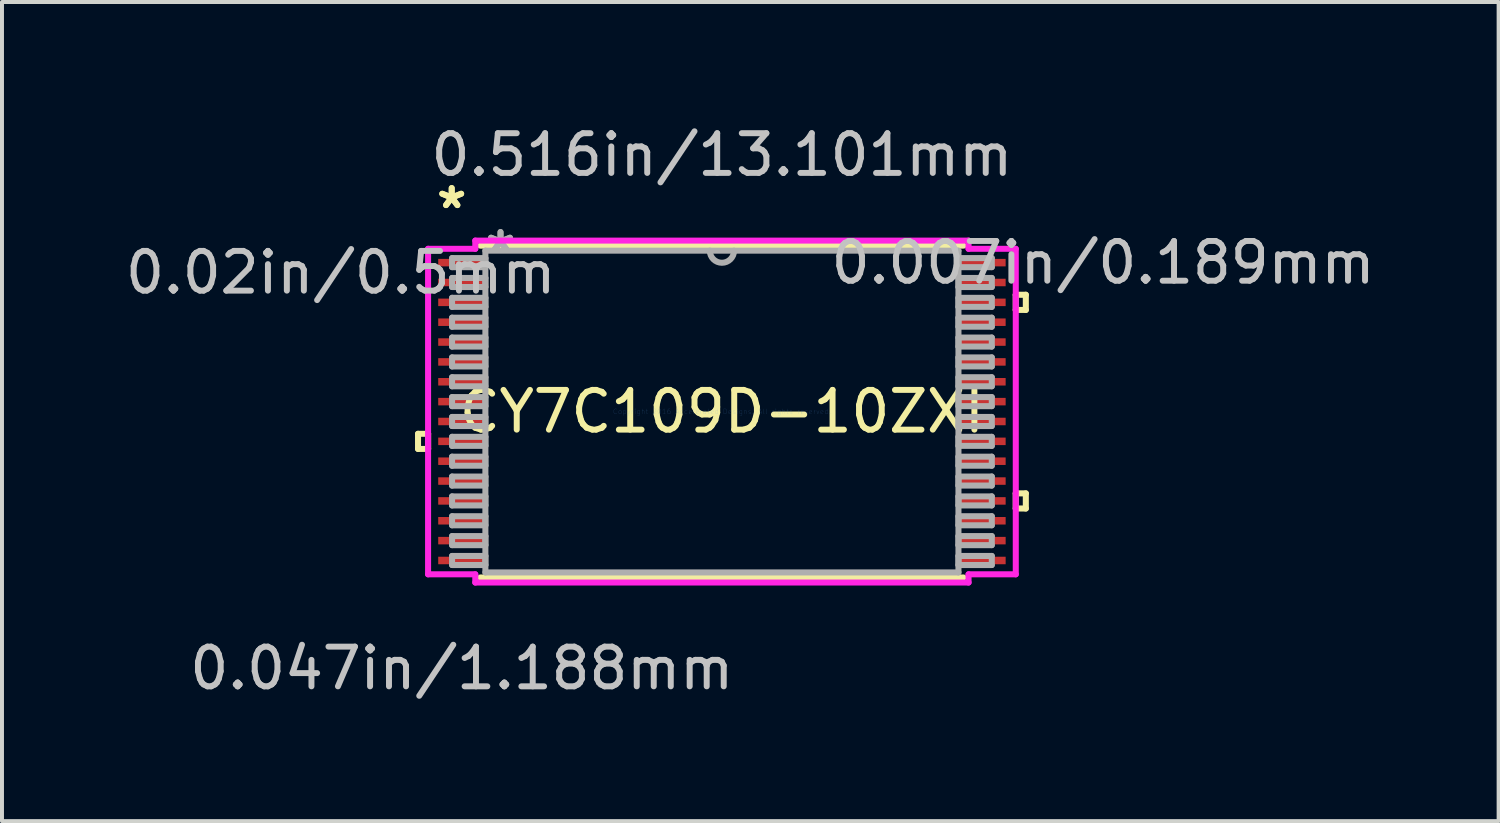
<source format=kicad_pcb>
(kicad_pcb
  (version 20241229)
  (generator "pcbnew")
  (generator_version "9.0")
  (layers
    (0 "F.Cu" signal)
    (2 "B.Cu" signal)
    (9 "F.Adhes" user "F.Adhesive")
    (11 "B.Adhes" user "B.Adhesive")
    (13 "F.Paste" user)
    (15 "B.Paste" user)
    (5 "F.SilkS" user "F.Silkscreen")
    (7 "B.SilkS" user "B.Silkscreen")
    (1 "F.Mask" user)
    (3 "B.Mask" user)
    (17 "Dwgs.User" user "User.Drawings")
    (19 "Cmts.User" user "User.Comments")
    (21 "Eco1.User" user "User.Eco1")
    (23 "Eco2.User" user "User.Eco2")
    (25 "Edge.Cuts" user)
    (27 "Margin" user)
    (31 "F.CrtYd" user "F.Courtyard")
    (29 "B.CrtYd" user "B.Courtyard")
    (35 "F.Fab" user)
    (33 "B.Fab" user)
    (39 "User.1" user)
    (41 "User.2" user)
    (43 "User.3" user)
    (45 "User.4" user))
  (footprint "CY7C109D-10ZXI"
    (layer "F.Cu")
    (at 15.128 7.313)
    (property "Reference" "CY7C109D-10ZXI" (at 0 0 0) (layer "F.SilkS") (effects (font (size 1 1) (thickness 0.15))))
    (attr through_hole)
    (fp_line (start -7.652 0.56) (end -7.652 0.941) (stroke (width 0.152) (type solid)) (layer "F.SilkS"))
    (fp_line (start -7.652 0.941) (end -7.398 0.941) (stroke (width 0.152) (type solid)) (layer "F.SilkS"))
    (fp_line (start -7.398 0.56) (end -7.652 0.56) (stroke (width 0.152) (type solid)) (layer "F.SilkS"))
    (fp_line (start -7.398 0.941) (end -7.398 0.56) (stroke (width 0.152) (type solid)) (layer "F.SilkS"))
    (fp_line (start -6.083 4.178) (end 6.083 4.178) (stroke (width 0.152) (type solid)) (layer "F.SilkS"))
    (fp_line (start 6.083 -4.178) (end -6.083 -4.178) (stroke (width 0.152) (type solid)) (layer "F.SilkS"))
    (fp_line (start 7.398 -2.941) (end 7.652 -2.941) (stroke (width 0.152) (type solid)) (layer "F.SilkS"))
    (fp_line (start 7.398 -2.559) (end 7.398 -2.941) (stroke (width 0.152) (type solid)) (layer "F.SilkS"))
    (fp_line (start 7.398 2.06) (end 7.652 2.06) (stroke (width 0.152) (type solid)) (layer "F.SilkS"))
    (fp_line (start 7.398 2.441) (end 7.398 2.06) (stroke (width 0.152) (type solid)) (layer "F.SilkS"))
    (fp_line (start 7.652 -2.941) (end 7.652 -2.559) (stroke (width 0.152) (type solid)) (layer "F.SilkS"))
    (fp_line (start 7.652 -2.559) (end 7.398 -2.559) (stroke (width 0.152) (type solid)) (layer "F.SilkS"))
    (fp_line (start 7.652 2.06) (end 7.652 2.441) (stroke (width 0.152) (type solid)) (layer "F.SilkS"))
    (fp_line (start 7.652 2.441) (end 7.398 2.441) (stroke (width 0.152) (type solid)) (layer "F.SilkS"))
    (fp_line (start -7.399 -4.098) (end -6.21 -4.098) (stroke (width 0.152) (type solid)) (layer "F.CrtYd"))
    (fp_line (start -7.399 4.098) (end -7.399 -4.098) (stroke (width 0.152) (type solid)) (layer "F.CrtYd"))
    (fp_line (start -6.21 -4.305) (end 6.21 -4.305) (stroke (width 0.152) (type solid)) (layer "F.CrtYd"))
    (fp_line (start -6.21 -4.098) (end -6.21 -4.305) (stroke (width 0.152) (type solid)) (layer "F.CrtYd"))
    (fp_line (start -6.21 4.098) (end -7.399 4.098) (stroke (width 0.152) (type solid)) (layer "F.CrtYd"))
    (fp_line (start -6.21 4.305) (end -6.21 4.098) (stroke (width 0.152) (type solid)) (layer "F.CrtYd"))
    (fp_line (start 6.21 -4.305) (end 6.21 -4.098) (stroke (width 0.152) (type solid)) (layer "F.CrtYd"))
    (fp_line (start 6.21 -4.098) (end 7.399 -4.098) (stroke (width 0.152) (type solid)) (layer "F.CrtYd"))
    (fp_line (start 6.21 4.098) (end 6.21 4.305) (stroke (width 0.152) (type solid)) (layer "F.CrtYd"))
    (fp_line (start 6.21 4.305) (end -6.21 4.305) (stroke (width 0.152) (type solid)) (layer "F.CrtYd"))
    (fp_line (start 7.399 -4.098) (end 7.399 4.098) (stroke (width 0.152) (type solid)) (layer "F.CrtYd"))
    (fp_line (start 7.399 4.098) (end 6.21 4.098) (stroke (width 0.152) (type solid)) (layer "F.CrtYd"))
    (fp_line (start -6.795 -3.864) (end -6.795 -3.636) (stroke (width 0.152) (type solid)) (layer "F.Fab"))
    (fp_line (start -6.795 -3.636) (end -5.956 -3.636) (stroke (width 0.152) (type solid)) (layer "F.Fab"))
    (fp_line (start -6.795 -3.364) (end -6.795 -3.136) (stroke (width 0.152) (type solid)) (layer "F.Fab"))
    (fp_line (start -6.795 -3.136) (end -5.956 -3.136) (stroke (width 0.152) (type solid)) (layer "F.Fab"))
    (fp_line (start -6.795 -2.864) (end -6.795 -2.636) (stroke (width 0.152) (type solid)) (layer "F.Fab"))
    (fp_line (start -6.795 -2.636) (end -5.956 -2.636) (stroke (width 0.152) (type solid)) (layer "F.Fab"))
    (fp_line (start -6.795 -2.364) (end -6.795 -2.136) (stroke (width 0.152) (type solid)) (layer "F.Fab"))
    (fp_line (start -6.795 -2.136) (end -5.956 -2.136) (stroke (width 0.152) (type solid)) (layer "F.Fab"))
    (fp_line (start -6.795 -1.864) (end -6.795 -1.636) (stroke (width 0.152) (type solid)) (layer "F.Fab"))
    (fp_line (start -6.795 -1.636) (end -5.956 -1.636) (stroke (width 0.152) (type solid)) (layer "F.Fab"))
    (fp_line (start -6.795 -1.364) (end -6.795 -1.136) (stroke (width 0.152) (type solid)) (layer "F.Fab"))
    (fp_line (start -6.795 -1.136) (end -5.956 -1.136) (stroke (width 0.152) (type solid)) (layer "F.Fab"))
    (fp_line (start -6.795 -0.864) (end -6.795 -0.636) (stroke (width 0.152) (type solid)) (layer "F.Fab"))
    (fp_line (start -6.795 -0.636) (end -5.956 -0.636) (stroke (width 0.152) (type solid)) (layer "F.Fab"))
    (fp_line (start -6.795 -0.364) (end -6.795 -0.136) (stroke (width 0.152) (type solid)) (layer "F.Fab"))
    (fp_line (start -6.795 -0.136) (end -5.956 -0.136) (stroke (width 0.152) (type solid)) (layer "F.Fab"))
    (fp_line (start -6.795 0.136) (end -6.795 0.364) (stroke (width 0.152) (type solid)) (layer "F.Fab"))
    (fp_line (start -6.795 0.364) (end -5.956 0.364) (stroke (width 0.152) (type solid)) (layer "F.Fab"))
    (fp_line (start -6.795 0.636) (end -6.795 0.864) (stroke (width 0.152) (type solid)) (layer "F.Fab"))
    (fp_line (start -6.795 0.864) (end -5.956 0.864) (stroke (width 0.152) (type solid)) (layer "F.Fab"))
    (fp_line (start -6.795 1.136) (end -6.795 1.364) (stroke (width 0.152) (type solid)) (layer "F.Fab"))
    (fp_line (start -6.795 1.364) (end -5.956 1.364) (stroke (width 0.152) (type solid)) (layer "F.Fab"))
    (fp_line (start -6.795 1.636) (end -6.795 1.864) (stroke (width 0.152) (type solid)) (layer "F.Fab"))
    (fp_line (start -6.795 1.864) (end -5.956 1.864) (stroke (width 0.152) (type solid)) (layer "F.Fab"))
    (fp_line (start -6.795 2.136) (end -6.795 2.364) (stroke (width 0.152) (type solid)) (layer "F.Fab"))
    (fp_line (start -6.795 2.364) (end -5.956 2.364) (stroke (width 0.152) (type solid)) (layer "F.Fab"))
    (fp_line (start -6.795 2.636) (end -6.795 2.864) (stroke (width 0.152) (type solid)) (layer "F.Fab"))
    (fp_line (start -6.795 2.864) (end -5.956 2.864) (stroke (width 0.152) (type solid)) (layer "F.Fab"))
    (fp_line (start -6.795 3.136) (end -6.795 3.364) (stroke (width 0.152) (type solid)) (layer "F.Fab"))
    (fp_line (start -6.795 3.364) (end -5.956 3.364) (stroke (width 0.152) (type solid)) (layer "F.Fab"))
    (fp_line (start -6.795 3.636) (end -6.795 3.864) (stroke (width 0.152) (type solid)) (layer "F.Fab"))
    (fp_line (start -6.795 3.864) (end -5.956 3.864) (stroke (width 0.152) (type solid)) (layer "F.Fab"))
    (fp_line (start -5.956 -4.051) (end -5.956 4.051) (stroke (width 0.152) (type solid)) (layer "F.Fab"))
    (fp_line (start -5.956 -3.864) (end -6.795 -3.864) (stroke (width 0.152) (type solid)) (layer "F.Fab"))
    (fp_line (start -5.956 -3.636) (end -5.956 -3.864) (stroke (width 0.152) (type solid)) (layer "F.Fab"))
    (fp_line (start -5.956 -3.364) (end -6.795 -3.364) (stroke (width 0.152) (type solid)) (layer "F.Fab"))
    (fp_line (start -5.956 -3.136) (end -5.956 -3.364) (stroke (width 0.152) (type solid)) (layer "F.Fab"))
    (fp_line (start -5.956 -2.864) (end -6.795 -2.864) (stroke (width 0.152) (type solid)) (layer "F.Fab"))
    (fp_line (start -5.956 -2.636) (end -5.956 -2.864) (stroke (width 0.152) (type solid)) (layer "F.Fab"))
    (fp_line (start -5.956 -2.364) (end -6.795 -2.364) (stroke (width 0.152) (type solid)) (layer "F.Fab"))
    (fp_line (start -5.956 -2.136) (end -5.956 -2.364) (stroke (width 0.152) (type solid)) (layer "F.Fab"))
    (fp_line (start -5.956 -1.864) (end -6.795 -1.864) (stroke (width 0.152) (type solid)) (layer "F.Fab"))
    (fp_line (start -5.956 -1.636) (end -5.956 -1.864) (stroke (width 0.152) (type solid)) (layer "F.Fab"))
    (fp_line (start -5.956 -1.364) (end -6.795 -1.364) (stroke (width 0.152) (type solid)) (layer "F.Fab"))
    (fp_line (start -5.956 -1.136) (end -5.956 -1.364) (stroke (width 0.152) (type solid)) (layer "F.Fab"))
    (fp_line (start -5.956 -0.864) (end -6.795 -0.864) (stroke (width 0.152) (type solid)) (layer "F.Fab"))
    (fp_line (start -5.956 -0.636) (end -5.956 -0.864) (stroke (width 0.152) (type solid)) (layer "F.Fab"))
    (fp_line (start -5.956 -0.364) (end -6.795 -0.364) (stroke (width 0.152) (type solid)) (layer "F.Fab"))
    (fp_line (start -5.956 -0.136) (end -5.956 -0.364) (stroke (width 0.152) (type solid)) (layer "F.Fab"))
    (fp_line (start -5.956 0.136) (end -6.795 0.136) (stroke (width 0.152) (type solid)) (layer "F.Fab"))
    (fp_line (start -5.956 0.364) (end -5.956 0.136) (stroke (width 0.152) (type solid)) (layer "F.Fab"))
    (fp_line (start -5.956 0.636) (end -6.795 0.636) (stroke (width 0.152) (type solid)) (layer "F.Fab"))
    (fp_line (start -5.956 0.864) (end -5.956 0.636) (stroke (width 0.152) (type solid)) (layer "F.Fab"))
    (fp_line (start -5.956 1.136) (end -6.795 1.136) (stroke (width 0.152) (type solid)) (layer "F.Fab"))
    (fp_line (start -5.956 1.364) (end -5.956 1.136) (stroke (width 0.152) (type solid)) (layer "F.Fab"))
    (fp_line (start -5.956 1.636) (end -6.795 1.636) (stroke (width 0.152) (type solid)) (layer "F.Fab"))
    (fp_line (start -5.956 1.864) (end -5.956 1.636) (stroke (width 0.152) (type solid)) (layer "F.Fab"))
    (fp_line (start -5.956 2.136) (end -6.795 2.136) (stroke (width 0.152) (type solid)) (layer "F.Fab"))
    (fp_line (start -5.956 2.364) (end -5.956 2.136) (stroke (width 0.152) (type solid)) (layer "F.Fab"))
    (fp_line (start -5.956 2.636) (end -6.795 2.636) (stroke (width 0.152) (type solid)) (layer "F.Fab"))
    (fp_line (start -5.956 2.864) (end -5.956 2.636) (stroke (width 0.152) (type solid)) (layer "F.Fab"))
    (fp_line (start -5.956 3.136) (end -6.795 3.136) (stroke (width 0.152) (type solid)) (layer "F.Fab"))
    (fp_line (start -5.956 3.364) (end -5.956 3.136) (stroke (width 0.152) (type solid)) (layer "F.Fab"))
    (fp_line (start -5.956 3.636) (end -6.795 3.636) (stroke (width 0.152) (type solid)) (layer "F.Fab"))
    (fp_line (start -5.956 3.864) (end -5.956 3.636) (stroke (width 0.152) (type solid)) (layer "F.Fab"))
    (fp_line (start -5.956 4.051) (end 5.956 4.051) (stroke (width 0.152) (type solid)) (layer "F.Fab"))
    (fp_line (start 5.956 -4.051) (end -5.956 -4.051) (stroke (width 0.152) (type solid)) (layer "F.Fab"))
    (fp_line (start 5.956 -3.864) (end 5.956 -3.636) (stroke (width 0.152) (type solid)) (layer "F.Fab"))
    (fp_line (start 5.956 -3.636) (end 6.795 -3.636) (stroke (width 0.152) (type solid)) (layer "F.Fab"))
    (fp_line (start 5.956 -3.364) (end 5.956 -3.136) (stroke (width 0.152) (type solid)) (layer "F.Fab"))
    (fp_line (start 5.956 -3.136) (end 6.795 -3.136) (stroke (width 0.152) (type solid)) (layer "F.Fab"))
    (fp_line (start 5.956 -2.864) (end 5.956 -2.636) (stroke (width 0.152) (type solid)) (layer "F.Fab"))
    (fp_line (start 5.956 -2.636) (end 6.795 -2.636) (stroke (width 0.152) (type solid)) (layer "F.Fab"))
    (fp_line (start 5.956 -2.364) (end 5.956 -2.136) (stroke (width 0.152) (type solid)) (layer "F.Fab"))
    (fp_line (start 5.956 -2.136) (end 6.795 -2.136) (stroke (width 0.152) (type solid)) (layer "F.Fab"))
    (fp_line (start 5.956 -1.864) (end 5.956 -1.636) (stroke (width 0.152) (type solid)) (layer "F.Fab"))
    (fp_line (start 5.956 -1.636) (end 6.795 -1.636) (stroke (width 0.152) (type solid)) (layer "F.Fab"))
    (fp_line (start 5.956 -1.364) (end 5.956 -1.136) (stroke (width 0.152) (type solid)) (layer "F.Fab"))
    (fp_line (start 5.956 -1.136) (end 6.795 -1.136) (stroke (width 0.152) (type solid)) (layer "F.Fab"))
    (fp_line (start 5.956 -0.864) (end 5.956 -0.636) (stroke (width 0.152) (type solid)) (layer "F.Fab"))
    (fp_line (start 5.956 -0.636) (end 6.795 -0.636) (stroke (width 0.152) (type solid)) (layer "F.Fab"))
    (fp_line (start 5.956 -0.364) (end 5.956 -0.136) (stroke (width 0.152) (type solid)) (layer "F.Fab"))
    (fp_line (start 5.956 -0.136) (end 6.795 -0.136) (stroke (width 0.152) (type solid)) (layer "F.Fab"))
    (fp_line (start 5.956 0.136) (end 5.956 0.364) (stroke (width 0.152) (type solid)) (layer "F.Fab"))
    (fp_line (start 5.956 0.364) (end 6.795 0.364) (stroke (width 0.152) (type solid)) (layer "F.Fab"))
    (fp_line (start 5.956 0.636) (end 5.956 0.864) (stroke (width 0.152) (type solid)) (layer "F.Fab"))
    (fp_line (start 5.956 0.864) (end 6.795 0.864) (stroke (width 0.152) (type solid)) (layer "F.Fab"))
    (fp_line (start 5.956 1.136) (end 5.956 1.364) (stroke (width 0.152) (type solid)) (layer "F.Fab"))
    (fp_line (start 5.956 1.364) (end 6.795 1.364) (stroke (width 0.152) (type solid)) (layer "F.Fab"))
    (fp_line (start 5.956 1.636) (end 5.956 1.864) (stroke (width 0.152) (type solid)) (layer "F.Fab"))
    (fp_line (start 5.956 1.864) (end 6.795 1.864) (stroke (width 0.152) (type solid)) (layer "F.Fab"))
    (fp_line (start 5.956 2.136) (end 5.956 2.364) (stroke (width 0.152) (type solid)) (layer "F.Fab"))
    (fp_line (start 5.956 2.364) (end 6.795 2.364) (stroke (width 0.152) (type solid)) (layer "F.Fab"))
    (fp_line (start 5.956 2.636) (end 5.956 2.864) (stroke (width 0.152) (type solid)) (layer "F.Fab"))
    (fp_line (start 5.956 2.864) (end 6.795 2.864) (stroke (width 0.152) (type solid)) (layer "F.Fab"))
    (fp_line (start 5.956 3.136) (end 5.956 3.364) (stroke (width 0.152) (type solid)) (layer "F.Fab"))
    (fp_line (start 5.956 3.364) (end 6.795 3.364) (stroke (width 0.152) (type solid)) (layer "F.Fab"))
    (fp_line (start 5.956 3.636) (end 5.956 3.864) (stroke (width 0.152) (type solid)) (layer "F.Fab"))
    (fp_line (start 5.956 3.864) (end 6.795 3.864) (stroke (width 0.152) (type solid)) (layer "F.Fab"))
    (fp_line (start 5.956 4.051) (end 5.956 -4.051) (stroke (width 0.152) (type solid)) (layer "F.Fab"))
    (fp_line (start 6.795 -3.864) (end 5.956 -3.864) (stroke (width 0.152) (type solid)) (layer "F.Fab"))
    (fp_line (start 6.795 -3.636) (end 6.795 -3.864) (stroke (width 0.152) (type solid)) (layer "F.Fab"))
    (fp_line (start 6.795 -3.364) (end 5.956 -3.364) (stroke (width 0.152) (type solid)) (layer "F.Fab"))
    (fp_line (start 6.795 -3.136) (end 6.795 -3.364) (stroke (width 0.152) (type solid)) (layer "F.Fab"))
    (fp_line (start 6.795 -2.864) (end 5.956 -2.864) (stroke (width 0.152) (type solid)) (layer "F.Fab"))
    (fp_line (start 6.795 -2.636) (end 6.795 -2.864) (stroke (width 0.152) (type solid)) (layer "F.Fab"))
    (fp_line (start 6.795 -2.364) (end 5.956 -2.364) (stroke (width 0.152) (type solid)) (layer "F.Fab"))
    (fp_line (start 6.795 -2.136) (end 6.795 -2.364) (stroke (width 0.152) (type solid)) (layer "F.Fab"))
    (fp_line (start 6.795 -1.864) (end 5.956 -1.864) (stroke (width 0.152) (type solid)) (layer "F.Fab"))
    (fp_line (start 6.795 -1.636) (end 6.795 -1.864) (stroke (width 0.152) (type solid)) (layer "F.Fab"))
    (fp_line (start 6.795 -1.364) (end 5.956 -1.364) (stroke (width 0.152) (type solid)) (layer "F.Fab"))
    (fp_line (start 6.795 -1.136) (end 6.795 -1.364) (stroke (width 0.152) (type solid)) (layer "F.Fab"))
    (fp_line (start 6.795 -0.864) (end 5.956 -0.864) (stroke (width 0.152) (type solid)) (layer "F.Fab"))
    (fp_line (start 6.795 -0.636) (end 6.795 -0.864) (stroke (width 0.152) (type solid)) (layer "F.Fab"))
    (fp_line (start 6.795 -0.364) (end 5.956 -0.364) (stroke (width 0.152) (type solid)) (layer "F.Fab"))
    (fp_line (start 6.795 -0.136) (end 6.795 -0.364) (stroke (width 0.152) (type solid)) (layer "F.Fab"))
    (fp_line (start 6.795 0.136) (end 5.956 0.136) (stroke (width 0.152) (type solid)) (layer "F.Fab"))
    (fp_line (start 6.795 0.364) (end 6.795 0.136) (stroke (width 0.152) (type solid)) (layer "F.Fab"))
    (fp_line (start 6.795 0.636) (end 5.956 0.636) (stroke (width 0.152) (type solid)) (layer "F.Fab"))
    (fp_line (start 6.795 0.864) (end 6.795 0.636) (stroke (width 0.152) (type solid)) (layer "F.Fab"))
    (fp_line (start 6.795 1.136) (end 5.956 1.136) (stroke (width 0.152) (type solid)) (layer "F.Fab"))
    (fp_line (start 6.795 1.364) (end 6.795 1.136) (stroke (width 0.152) (type solid)) (layer "F.Fab"))
    (fp_line (start 6.795 1.636) (end 5.956 1.636) (stroke (width 0.152) (type solid)) (layer "F.Fab"))
    (fp_line (start 6.795 1.864) (end 6.795 1.636) (stroke (width 0.152) (type solid)) (layer "F.Fab"))
    (fp_line (start 6.795 2.136) (end 5.956 2.136) (stroke (width 0.152) (type solid)) (layer "F.Fab"))
    (fp_line (start 6.795 2.364) (end 6.795 2.136) (stroke (width 0.152) (type solid)) (layer "F.Fab"))
    (fp_line (start 6.795 2.636) (end 5.956 2.636) (stroke (width 0.152) (type solid)) (layer "F.Fab"))
    (fp_line (start 6.795 2.864) (end 6.795 2.636) (stroke (width 0.152) (type solid)) (layer "F.Fab"))
    (fp_line (start 6.795 3.136) (end 5.956 3.136) (stroke (width 0.152) (type solid)) (layer "F.Fab"))
    (fp_line (start 6.795 3.364) (end 6.795 3.136) (stroke (width 0.152) (type solid)) (layer "F.Fab"))
    (fp_line (start 6.795 3.636) (end 5.956 3.636) (stroke (width 0.152) (type solid)) (layer "F.Fab"))
    (fp_line (start 6.795 3.864) (end 6.795 3.636) (stroke (width 0.152) (type solid)) (layer "F.Fab"))
    (fp_arc (start 0.3048 -4.0513) (mid 0 -3.7465) (end -0.3048 -4.0513) (stroke (width 0.1524) (type solid)) (layer "F.Fab"))
    (fp_text user "*" (at -6.804 -5.082 0) (layer "F.SilkS") (effects (font (size 1 1) (thickness 0.15))))
    (fp_text user "*" (at -6.804 -5.082 0) (layer "F.SilkS") (effects (font (size 1 1) (thickness 0.15))))
    (fp_text user "0.047in/1.188mm" (at -6.55 6.464 0) (layer "Dwgs.User") (effects (font (size 1 1) (thickness 0.15))))
    (fp_text user "0.007in/0.189mm" (at 9.598 -3.75 0) (layer "Dwgs.User") (effects (font (size 1 1) (thickness 0.15))))
    (fp_text user "0.02in/0.5mm" (at -9.598 -3.5 0) (layer "Dwgs.User") (effects (font (size 1 1) (thickness 0.15))))
    (fp_text user "0.516in/13.101mm" (at 0 -6.464 0) (layer "Dwgs.User") (effects (font (size 1 1) (thickness 0.15))))
    (fp_text user "Copyright 2016 Accelerated Designs. All rights reserved." (at 0 0 0) (layer "Cmts.User") (effects (font (size 0.127 0.127) (thickness 0.002))))
    (fp_text user "*" (at -5.575 -3.975 0) (layer "F.Fab") (effects (font (size 1 1) (thickness 0.15))))
    (fp_text user "*" (at -5.575 -3.975 0) (layer "F.Fab") (effects (font (size 1 1) (thickness 0.15))))
    (pad "1" smd rect (at -6.55 -3.75) (size 1.188 0.189) (layers "F.Cu" "F.Mask" "F.Paste"))
    (pad "2" smd rect (at -6.55 -3.25) (size 1.188 0.189) (layers "F.Cu" "F.Mask" "F.Paste"))
    (pad "3" smd rect (at -6.55 -2.75) (size 1.188 0.189) (layers "F.Cu" "F.Mask" "F.Paste"))
    (pad "4" smd rect (at -6.55 -2.25) (size 1.188 0.189) (layers "F.Cu" "F.Mask" "F.Paste"))
    (pad "5" smd rect (at -6.55 -1.75) (size 1.188 0.189) (layers "F.Cu" "F.Mask" "F.Paste"))
    (pad "6" smd rect (at -6.55 -1.25) (size 1.188 0.189) (layers "F.Cu" "F.Mask" "F.Paste"))
    (pad "7" smd rect (at -6.55 -0.75) (size 1.188 0.189) (layers "F.Cu" "F.Mask" "F.Paste"))
    (pad "8" smd rect (at -6.55 -0.25) (size 1.188 0.189) (layers "F.Cu" "F.Mask" "F.Paste"))
    (pad "9" smd rect (at -6.55 0.25) (size 1.188 0.189) (layers "F.Cu" "F.Mask" "F.Paste"))
    (pad "10" smd rect (at -6.55 0.75) (size 1.188 0.189) (layers "F.Cu" "F.Mask" "F.Paste"))
    (pad "11" smd rect (at -6.55 1.25) (size 1.188 0.189) (layers "F.Cu" "F.Mask" "F.Paste"))
    (pad "12" smd rect (at -6.55 1.75) (size 1.188 0.189) (layers "F.Cu" "F.Mask" "F.Paste"))
    (pad "13" smd rect (at -6.55 2.25) (size 1.188 0.189) (layers "F.Cu" "F.Mask" "F.Paste"))
    (pad "14" smd rect (at -6.55 2.75) (size 1.188 0.189) (layers "F.Cu" "F.Mask" "F.Paste"))
    (pad "15" smd rect (at -6.55 3.25) (size 1.188 0.189) (layers "F.Cu" "F.Mask" "F.Paste"))
    (pad "16" smd rect (at -6.55 3.75) (size 1.188 0.189) (layers "F.Cu" "F.Mask" "F.Paste"))
    (pad "17" smd rect (at 6.55 3.75) (size 1.188 0.189) (layers "F.Cu" "F.Mask" "F.Paste"))
    (pad "18" smd rect (at 6.55 3.25) (size 1.188 0.189) (layers "F.Cu" "F.Mask" "F.Paste"))
    (pad "19" smd rect (at 6.55 2.75) (size 1.188 0.189) (layers "F.Cu" "F.Mask" "F.Paste"))
    (pad "20" smd rect (at 6.55 2.25) (size 1.188 0.189) (layers "F.Cu" "F.Mask" "F.Paste"))
    (pad "21" smd rect (at 6.55 1.75) (size 1.188 0.189) (layers "F.Cu" "F.Mask" "F.Paste"))
    (pad "22" smd rect (at 6.55 1.25) (size 1.188 0.189) (layers "F.Cu" "F.Mask" "F.Paste"))
    (pad "23" smd rect (at 6.55 0.75) (size 1.188 0.189) (layers "F.Cu" "F.Mask" "F.Paste"))
    (pad "24" smd rect (at 6.55 0.25) (size 1.188 0.189) (layers "F.Cu" "F.Mask" "F.Paste"))
    (pad "25" smd rect (at 6.55 -0.25) (size 1.188 0.189) (layers "F.Cu" "F.Mask" "F.Paste"))
    (pad "26" smd rect (at 6.55 -0.75) (size 1.188 0.189) (layers "F.Cu" "F.Mask" "F.Paste"))
    (pad "27" smd rect (at 6.55 -1.25) (size 1.188 0.189) (layers "F.Cu" "F.Mask" "F.Paste"))
    (pad "28" smd rect (at 6.55 -1.75) (size 1.188 0.189) (layers "F.Cu" "F.Mask" "F.Paste"))
    (pad "29" smd rect (at 6.55 -2.25) (size 1.188 0.189) (layers "F.Cu" "F.Mask" "F.Paste"))
    (pad "30" smd rect (at 6.55 -2.75) (size 1.188 0.189) (layers "F.Cu" "F.Mask" "F.Paste"))
    (pad "31" smd rect (at 6.55 -3.25) (size 1.188 0.189) (layers "F.Cu" "F.Mask" "F.Paste"))
    (pad "32" smd rect (at 6.55 -3.75) (size 1.188 0.189) (layers "F.Cu" "F.Mask" "F.Paste")))
  (gr_rect
    (start -3 -3)
    (end 34.685 17.625)
    (stroke (width 0.1) (type default))
    (fill no)
    (layer "Edge.Cuts")))
</source>
